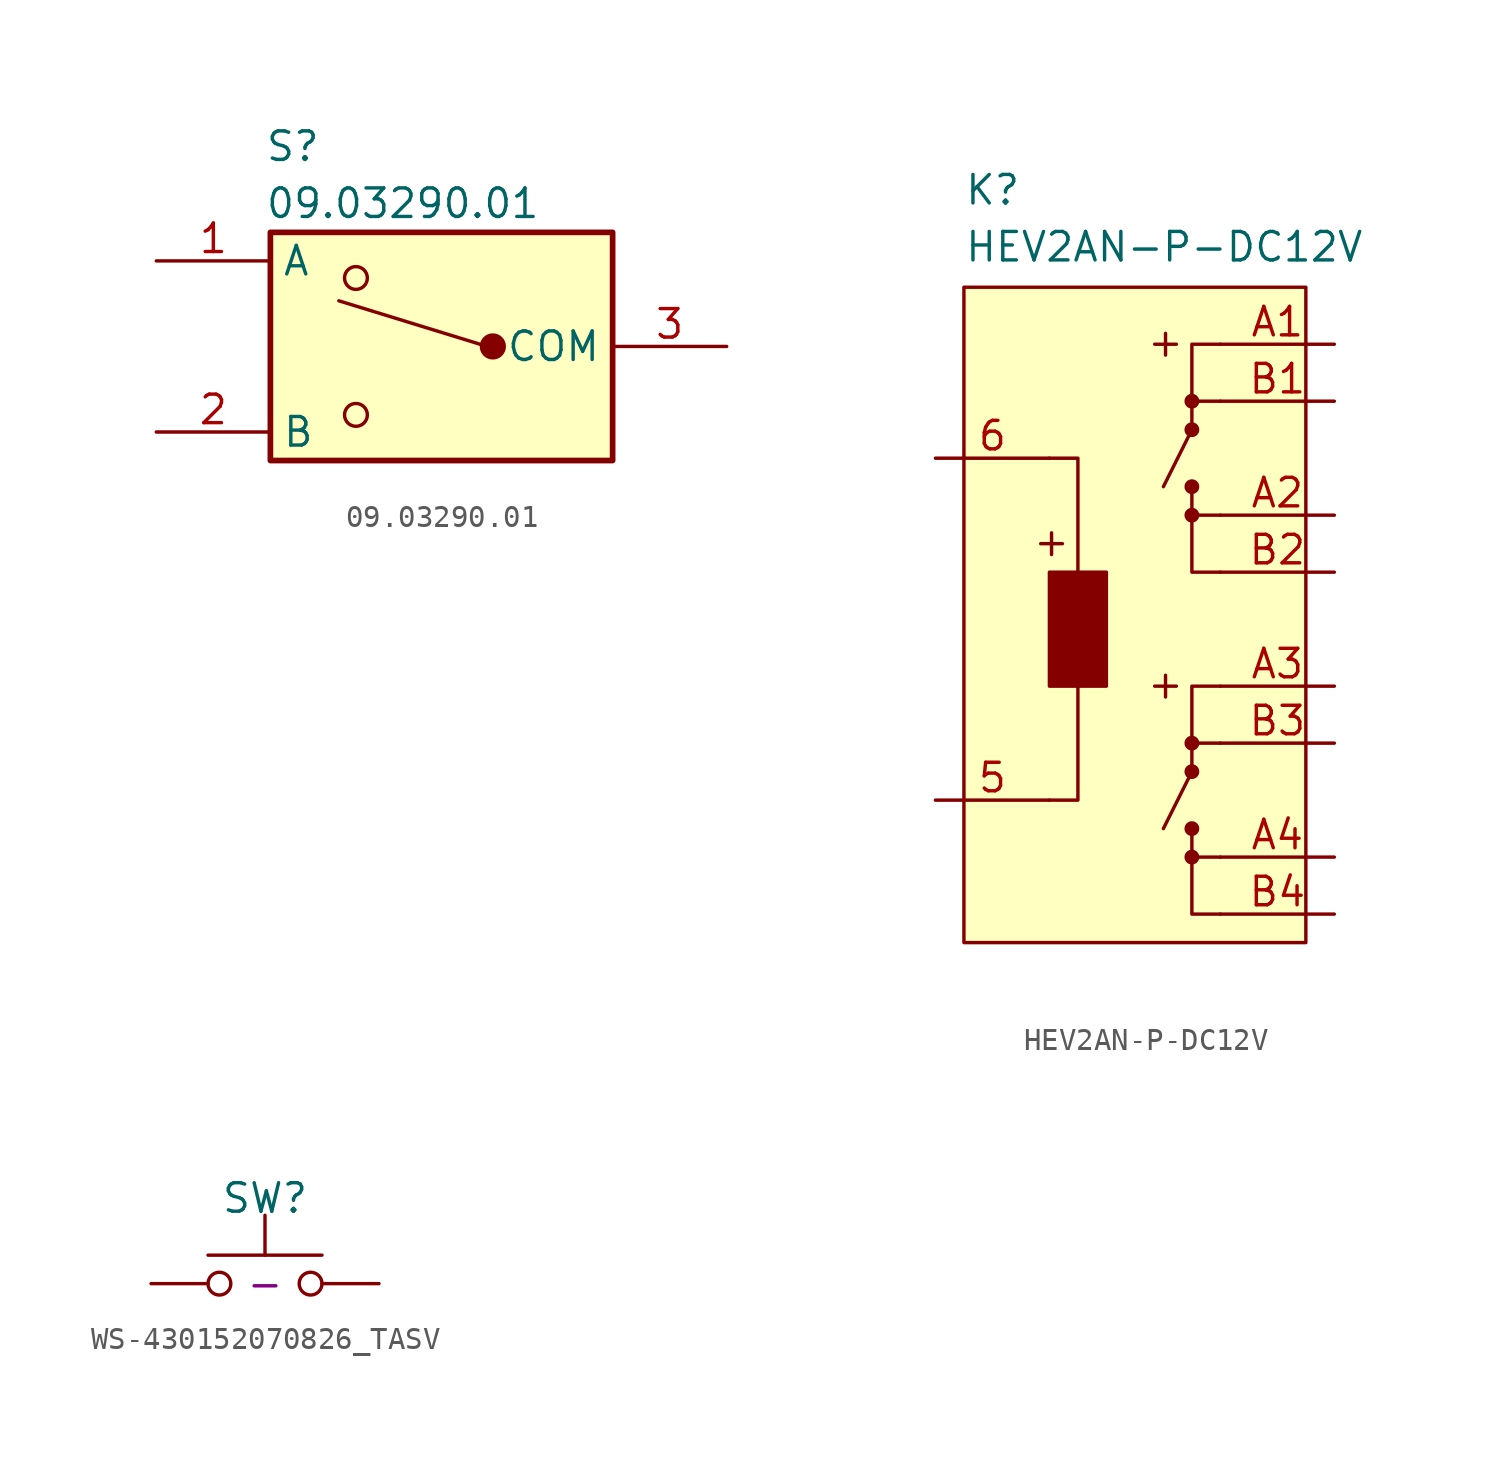
<source format=kicad_sym>
(kicad_symbol_lib
  (version 20231120)
  (generator "kicad_symbol_editor")
  (generator_version "8.0")
  (symbol "09.03290.01"
    (property "Reference" "S"
      (at -7.874 9.652 0)
      (effects (font (size 1.27 1.27)) (justify left top)))
    (property "Value" "09.03290.01"
      (at -7.874 7.112 0)
      (effects (font (size 1.27 1.27)) (justify left top)))
    (symbol "09.03290.01_1_1"
      (rectangle (start -7.62 5.08) (end 7.62 -5.08) (stroke (width 0.254) (type default)) (fill (type background)))
      (circle (center -3.81 -3.048) (radius 0.508) (stroke (width 0) (type default)) (fill (type none)))
      (circle (center -3.81 3.048) (radius 0.508) (stroke (width 0) (type default)) (fill (type none)))
      (polyline (pts (xy -4.572 2.032) (xy 2.032 0)) (stroke (width 0) (type default)) (fill (type none)))
      (circle (center 2.286 0) (radius 0.508) (stroke (width 0) (type default)) (fill (type outline)))
      (pin passive line (at -12.7 3.81 0) (length 5.08) (name "A" (effects (font (size 1.27 1.27)))) (number "1" (effects (font (size 1.27 1.27)))))
      (pin passive line (at -12.7 -3.81 0) (length 5.08) (name "B" (effects (font (size 1.27 1.27)))) (number "2" (effects (font (size 1.27 1.27)))))
      (pin bidirectional line (at 12.7 0 180) (length 5.08) (name "COM" (effects (font (size 1.27 1.27)))) (number "3" (effects (font (size 1.27 1.27)))))))
  (symbol "HEV2AN-P-DC12V"
    (property "Reference" "K"
      (at -7.62 20.32 0)
      (effects (font (size 1.27 1.27)) (justify left top)))
    (property "Value" "HEV2AN-P-DC12V"
      (at -7.62 17.78 0)
      (effects (font (size 1.27 1.27)) (justify left top)))
    (symbol "HEV2AN-P-DC12V_0_1"
      (polyline (pts (xy 3.81 -2.54) (xy 2.54 -2.54) (xy 2.54 -5.08) (xy 3.81 -5.08)) (stroke (width 0) (type default)) (fill (type none)))
      (polyline (pts (xy 3.81 12.7) (xy 2.54 12.7) (xy 2.54 10.16) (xy 3.81 10.16)) (stroke (width 0) (type default)) (fill (type none)))
      (circle (center 2.54 -5.08) (radius 0.254) (stroke (width 0) (type default)) (fill (type outline)))
      (circle (center 2.54 10.16) (radius 0.254) (stroke (width 0) (type default)) (fill (type outline))))
    (symbol "HEV2AN-P-DC12V_1_1"
      (rectangle (start -7.62 15.24) (end 7.62 -13.97) (stroke (width 0) (type default)) (fill (type background)))
      (rectangle (start -3.81 2.54) (end -1.27 -2.54) (stroke (width 0) (type default)) (fill (type outline)))
      (polyline (pts (xy 2.54 -8.89) (xy 2.54 -10.16)) (stroke (width 0) (type default)) (fill (type none)))
      (polyline (pts (xy 2.54 -6.35) (xy 1.27 -8.89)) (stroke (width 0) (type default)) (fill (type none)))
      (polyline (pts (xy 2.54 -6.35) (xy 2.54 -5.08)) (stroke (width 0) (type default)) (fill (type none)))
      (polyline (pts (xy 2.54 6.35) (xy 2.54 5.08)) (stroke (width 0) (type default)) (fill (type none)))
      (polyline (pts (xy 2.54 8.89) (xy 1.27 6.35)) (stroke (width 0) (type default)) (fill (type none)))
      (polyline (pts (xy 2.54 8.89) (xy 2.54 10.16)) (stroke (width 0) (type default)) (fill (type none)))
      (polyline (pts (xy -3.81 -7.62) (xy -2.54 -7.62) (xy -2.54 7.62) (xy -3.81 7.62)) (stroke (width 0) (type default)) (fill (type none)))
      (polyline (pts (xy 3.81 -10.16) (xy 2.54 -10.16) (xy 2.54 -12.7) (xy 3.81 -12.7)) (stroke (width 0) (type default)) (fill (type none)))
      (polyline (pts (xy 3.81 5.08) (xy 2.54 5.08) (xy 2.54 2.54) (xy 3.81 2.54)) (stroke (width 0) (type default)) (fill (type none)))
      (circle (center 2.54 -10.16) (radius 0.254) (stroke (width 0) (type default)) (fill (type outline)))
      (circle (center 2.54 -8.89) (radius 0.254) (stroke (width 0) (type default)) (fill (type outline)))
      (circle (center 2.54 -6.35) (radius 0.254) (stroke (width 0) (type default)) (fill (type outline)))
      (circle (center 2.54 5.08) (radius 0.254) (stroke (width 0) (type default)) (fill (type outline)))
      (circle (center 2.54 6.35) (radius 0.254) (stroke (width 0) (type default)) (fill (type outline)))
      (circle (center 2.54 8.89) (radius 0.254) (stroke (width 0) (type default)) (fill (type outline)))
      (text "+" (at -3.81 3.81 900) (effects (font (size 1.27 1.27))))
      (text "+" (at 1.27 -2.54 900) (effects (font (size 1.27 1.27))))
      (text "+" (at 1.27 12.7 900) (effects (font (size 1.27 1.27))))
      (pin passive line (at -8.89 -7.62 0) (length 5.08) (name "" (effects (font (size 1.27 1.27)))) (number "5" (effects (font (size 1.27 1.27)))))
      (pin passive line (at -8.89 7.62 0) (length 5.08) (name "" (effects (font (size 1.27 1.27)))) (number "6" (effects (font (size 1.27 1.27)))))
      (pin passive line (at 8.89 12.7 180) (length 5.08) (name "" (effects (font (size 1.27 1.27)))) (number "A1" (effects (font (size 1.27 1.27)))))
      (pin passive line (at 8.89 5.08 180) (length 5.08) (name "" (effects (font (size 1.27 1.27)))) (number "A2" (effects (font (size 1.27 1.27)))))
      (pin passive line (at 8.89 -2.54 180) (length 5.08) (name "" (effects (font (size 1.27 1.27)))) (number "A3" (effects (font (size 1.27 1.27)))))
      (pin passive line (at 8.89 -10.16 180) (length 5.08) (name "" (effects (font (size 1.27 1.27)))) (number "A4" (effects (font (size 1.27 1.27)))))
      (pin passive line (at 8.89 10.16 180) (length 5.08) (name "" (effects (font (size 1.27 1.27)))) (number "B1" (effects (font (size 1.27 1.27)))))
      (pin passive line (at 8.89 2.54 180) (length 5.08) (name "" (effects (font (size 1.27 1.27)))) (number "B2" (effects (font (size 1.27 1.27)))))
      (pin passive line (at 8.89 -5.08 180) (length 5.08) (name "" (effects (font (size 1.27 1.27)))) (number "B3" (effects (font (size 1.27 1.27)))))
      (pin passive line (at 8.89 -12.7 180) (length 5.08) (name "" (effects (font (size 1.27 1.27)))) (number "B4" (effects (font (size 1.27 1.27)))))))
  (symbol "WS-430152070826_TASV"
    (pin_numbers hide)
    (pin_names hide)
    (property "Reference" "SW"
      (at 0 3.81 0)
      (effects (font (size 1.27 1.27))))
    (property "LCSC ID" "-"
      (at 0 0 0)
      (effects (font (size 1.27 1.27))))
    (symbol "WS-430152070826_TASV_0_1"
      (circle (center -2.032 0) (radius 0.508) (stroke (width 0) (type default)) (fill (type none)))
      (polyline (pts (xy 0 1.27) (xy 0 3.048)) (stroke (width 0) (type default)) (fill (type none)))
      (polyline (pts (xy 2.54 1.27) (xy -2.54 1.27)) (stroke (width 0) (type default)) (fill (type none)))
      (circle (center 2.032 0) (radius 0.508) (stroke (width 0) (type default)) (fill (type none)))
      (pin passive line (at -5.08 0 0) (length 2.54) (name "1" (effects (font (size 1.27 1.27)))) (number "1" (effects (font (size 1.27 1.27)))))
      (pin passive line (at 5.08 0 180) (length 2.54) (name "2" (effects (font (size 1.27 1.27)))) (number "2" (effects (font (size 1.27 1.27))))))))
</source>
